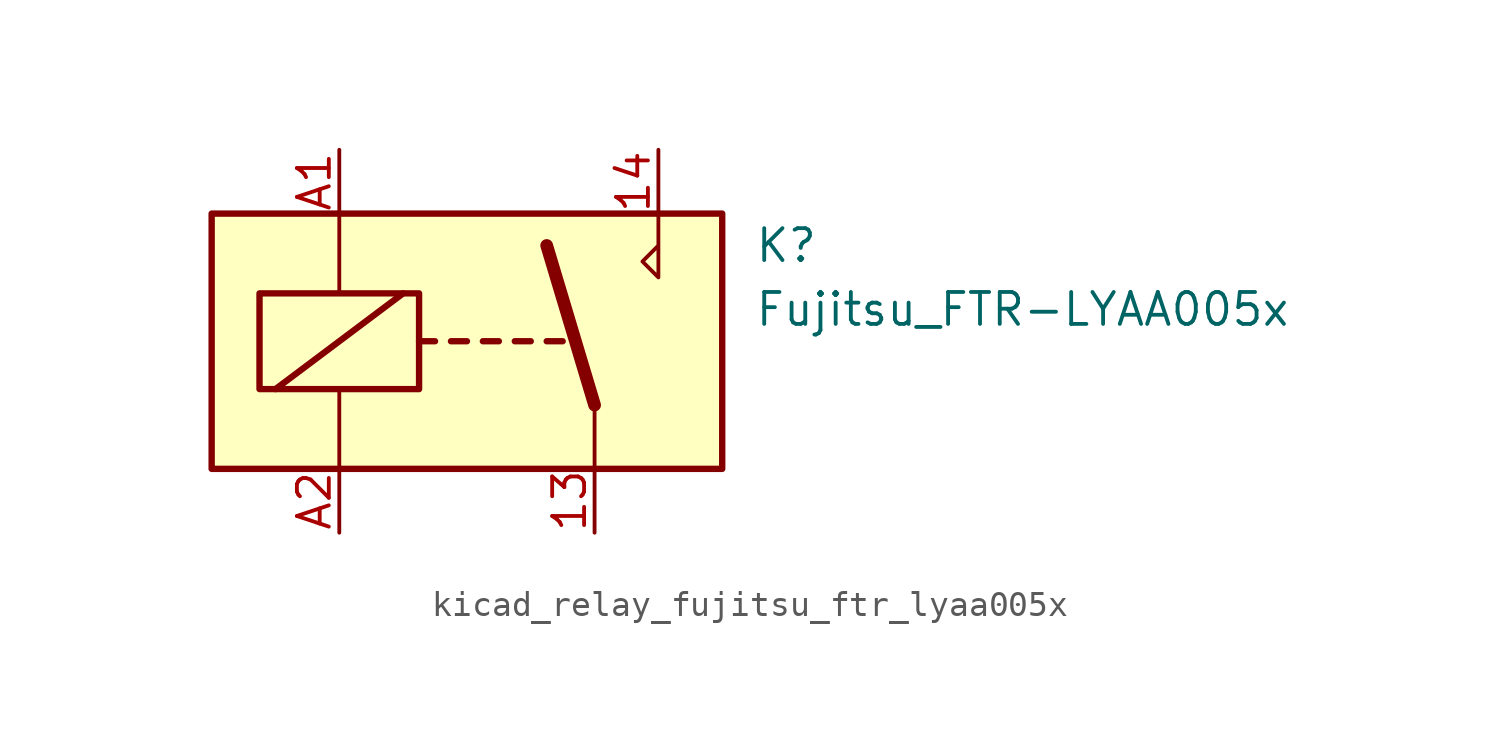
<source format=kicad_sym>
(kicad_symbol_lib
  (version 20220914)
  (generator kicad_symbol_editor)
  (symbol "kicad_relay_fujitsu_ftr_lyaa005x"
    (property "Reference" "K"
      (at 11.43 3.81 0)
      (effects (font (size 1.27 1.27)) (justify left)))
    (property "Value" "Fujitsu_FTR-LYAA005x"
      (at 11.43 1.27 0)
      (effects (font (size 1.27 1.27)) (justify left)))
    (symbol "kicad_relay_fujitsu_ftr_lyaa005x_0_0"
      (polyline (pts (xy 7.62 5.08) (xy 7.62 2.54) (xy 6.985 3.175) (xy 7.62 3.81)) (stroke (width 0) (type default)) (fill (type none))))
    (symbol "kicad_relay_fujitsu_ftr_lyaa005x_0_1"
      (rectangle (start -10.16 5.08) (end 10.16 -5.08) (stroke (width 0.254) (type default)) (fill (type background)))
      (rectangle (start -8.255 1.905) (end -1.905 -1.905) (stroke (width 0.254) (type default)) (fill (type none)))
      (polyline (pts (xy -7.62 -1.905) (xy -2.54 1.905)) (stroke (width 0.254) (type default)) (fill (type none)))
      (polyline (pts (xy -5.08 -5.08) (xy -5.08 -1.905)) (stroke (width 0) (type default)) (fill (type none)))
      (polyline (pts (xy -5.08 5.08) (xy -5.08 1.905)) (stroke (width 0) (type default)) (fill (type none)))
      (polyline (pts (xy -1.905 0) (xy -1.27 0)) (stroke (width 0.254) (type default)) (fill (type none)))
      (polyline (pts (xy -0.635 0) (xy 0 0)) (stroke (width 0.254) (type default)) (fill (type none)))
      (polyline (pts (xy 0.635 0) (xy 1.27 0)) (stroke (width 0.254) (type default)) (fill (type none)))
      (polyline (pts (xy 1.905 0) (xy 2.54 0)) (stroke (width 0.254) (type default)) (fill (type none)))
      (polyline (pts (xy 3.175 0) (xy 3.81 0)) (stroke (width 0.254) (type default)) (fill (type none)))
      (polyline (pts (xy 5.08 -2.54) (xy 3.175 3.81)) (stroke (width 0.508) (type default)) (fill (type none)))
      (polyline (pts (xy 5.08 -2.54) (xy 5.08 -5.08)) (stroke (width 0) (type default)) (fill (type none))))
    (symbol "kicad_relay_fujitsu_ftr_lyaa005x_1_1"
      (pin passive line (at 5.08 -7.62 90) (length 2.54) (name "~" (effects (font (size 1.27 1.27)))) (number "13" (effects (font (size 1.27 1.27)))))
      (pin passive line (at 7.62 7.62 270) (length 2.54) (name "~" (effects (font (size 1.27 1.27)))) (number "14" (effects (font (size 1.27 1.27)))))
      (pin passive line (at -5.08 7.62 270) (length 2.54) (name "~" (effects (font (size 1.27 1.27)))) (number "A1" (effects (font (size 1.27 1.27)))))
      (pin passive line (at -5.08 -7.62 90) (length 2.54) (name "~" (effects (font (size 1.27 1.27)))) (number "A2" (effects (font (size 1.27 1.27))))))))
</source>
